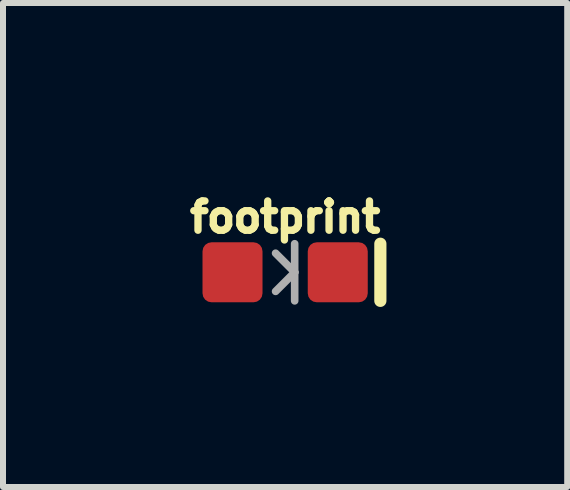
<source format=kicad_pcb>
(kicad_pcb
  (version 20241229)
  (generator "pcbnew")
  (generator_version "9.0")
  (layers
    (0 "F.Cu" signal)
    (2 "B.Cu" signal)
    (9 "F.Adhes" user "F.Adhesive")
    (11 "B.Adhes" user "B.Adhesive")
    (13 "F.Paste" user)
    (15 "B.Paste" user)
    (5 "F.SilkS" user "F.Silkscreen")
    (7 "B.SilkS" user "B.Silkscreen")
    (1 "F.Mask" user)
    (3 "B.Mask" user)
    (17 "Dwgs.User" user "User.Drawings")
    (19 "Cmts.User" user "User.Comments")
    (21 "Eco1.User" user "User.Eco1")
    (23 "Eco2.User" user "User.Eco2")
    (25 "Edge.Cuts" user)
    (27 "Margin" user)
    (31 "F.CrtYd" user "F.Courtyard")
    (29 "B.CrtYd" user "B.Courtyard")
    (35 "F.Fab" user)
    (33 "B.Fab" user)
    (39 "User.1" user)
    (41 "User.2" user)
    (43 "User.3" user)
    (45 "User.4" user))
  (footprint "footprint"
    (layer "F.Cu")
    (at 1.702 1.488)
    (property "Reference" "footprint" (at 0 -0.635 0) (layer "F.SilkS") (effects (font (size 0.488 0.488) (thickness 0.122)) (justify bottom)))
    (fp_line (start 1.587 -0.476) (end 1.587 0.476) (stroke (width 0.203) (type solid)) (layer "F.SilkS"))
    (fp_line (start 0.159 -0.476) (end 0.159 0) (stroke (width 0.127) (type solid)) (layer "F.Fab"))
    (fp_line (start 0.159 0) (end -0.159 -0.318) (stroke (width 0.127) (type solid)) (layer "F.Fab"))
    (fp_line (start 0.159 0) (end -0.159 0.318) (stroke (width 0.127) (type solid)) (layer "F.Fab"))
    (fp_line (start 0.159 0) (end 0.159 0.476) (stroke (width 0.127) (type solid)) (layer "F.Fab"))
    (pad "A" smd roundrect (at -0.877 0 270) (size 1 1) (layers "F.Cu" "F.Mask" "F.Paste") (roundrect_rratio 0.15))
    (pad "C" smd roundrect (at 0.877 0 270) (size 1 1) (layers "F.Cu" "F.Mask" "F.Paste") (roundrect_rratio 0.15)))
  (gr_rect
    (start -3 -3)
    (end 6.403 5.066)
    (stroke (width 0.1) (type default))
    (fill no)
    (layer "Edge.Cuts")))
</source>
